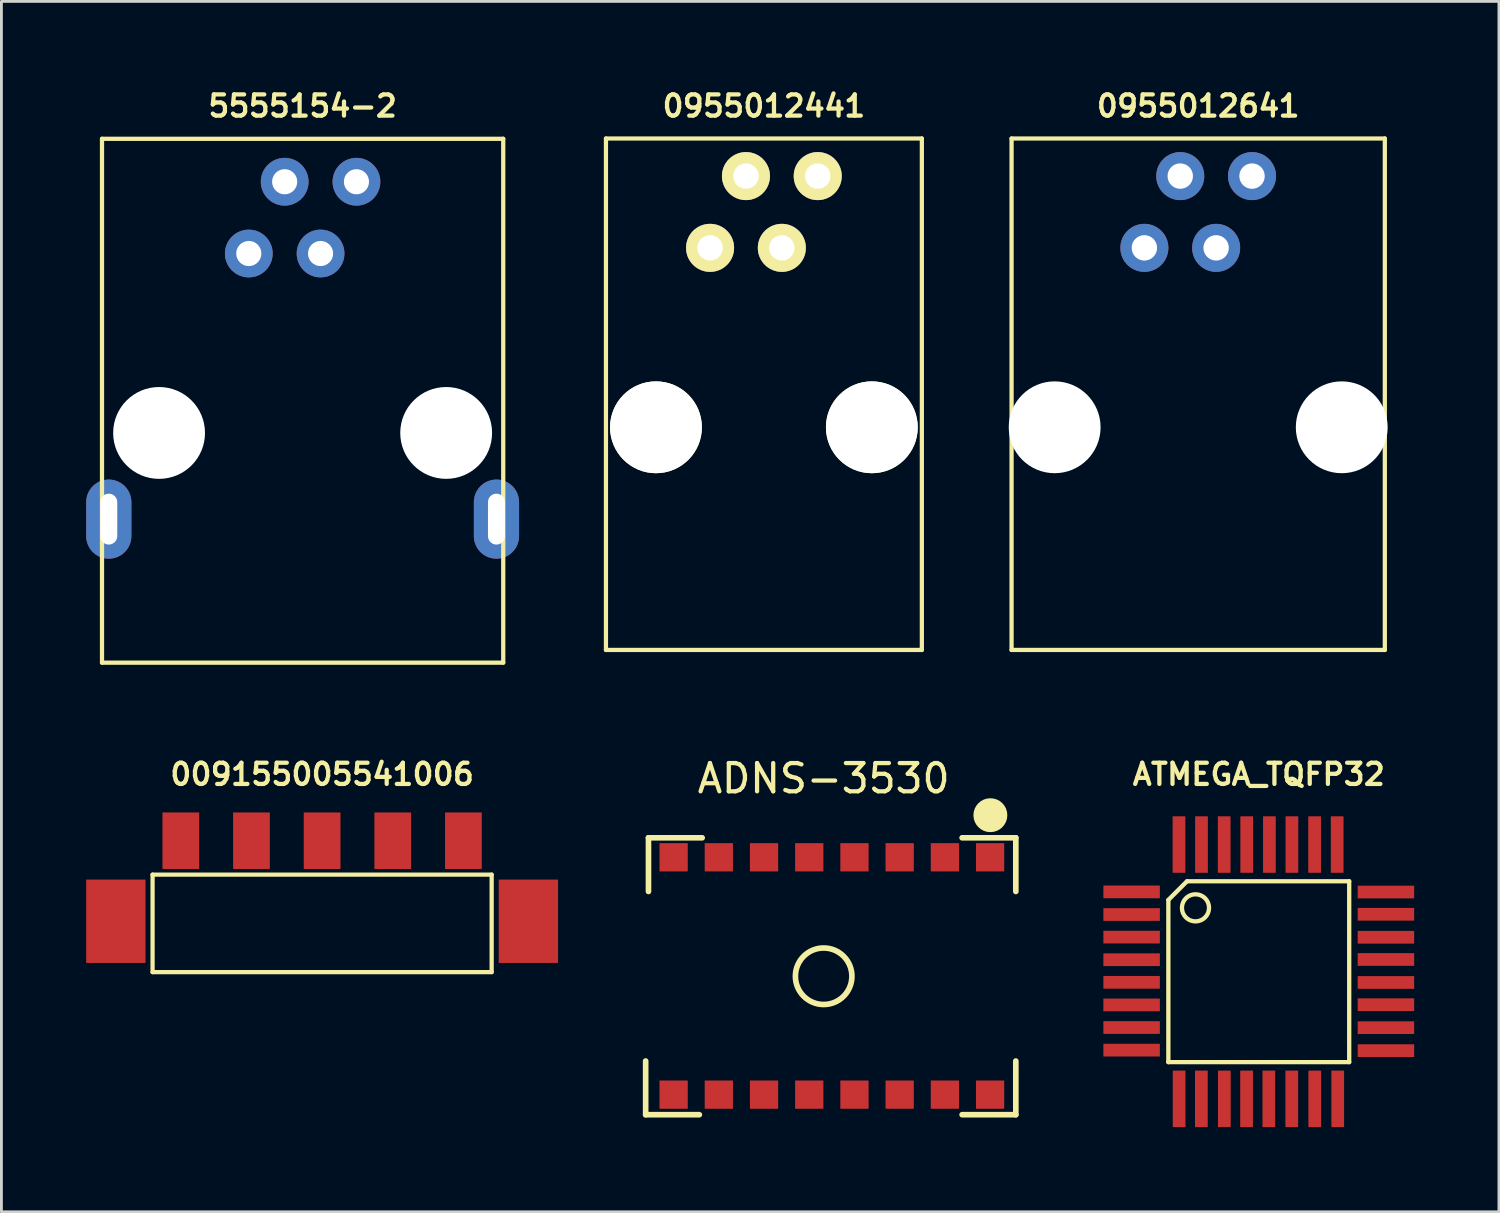
<source format=kicad_pcb>
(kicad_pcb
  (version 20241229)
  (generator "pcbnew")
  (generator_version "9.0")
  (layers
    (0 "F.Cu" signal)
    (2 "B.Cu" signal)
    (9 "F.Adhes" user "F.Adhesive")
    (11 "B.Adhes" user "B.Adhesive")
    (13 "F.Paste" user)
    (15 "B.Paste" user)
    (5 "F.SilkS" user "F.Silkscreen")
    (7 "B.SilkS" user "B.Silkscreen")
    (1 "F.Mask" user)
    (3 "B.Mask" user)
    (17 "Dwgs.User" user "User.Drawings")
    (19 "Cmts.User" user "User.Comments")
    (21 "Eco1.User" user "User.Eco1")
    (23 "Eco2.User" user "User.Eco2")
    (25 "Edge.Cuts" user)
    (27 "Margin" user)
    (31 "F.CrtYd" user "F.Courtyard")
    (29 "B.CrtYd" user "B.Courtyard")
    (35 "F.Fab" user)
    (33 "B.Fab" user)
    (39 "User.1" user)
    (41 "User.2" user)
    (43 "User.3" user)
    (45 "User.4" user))
  (footprint "ADNS-3530"
    (layer "F.Cu")
    (at 26.1 31.5)
    (property "Reference" "ADNS-3530" (at 0 -7 0) (layer "F.SilkS") (effects (font (size 1 1) (thickness 0.15))))
    (attr through_hole)
    (fp_line (start -6.3 4.9) (end -6.3 3) (stroke (width 0.2) (type solid)) (layer "F.SilkS"))
    (fp_line (start -6.3 4.9) (end -4.4 4.9) (stroke (width 0.2) (type solid)) (layer "F.SilkS"))
    (fp_line (start -6.2 -4.9) (end -6.2 -3) (stroke (width 0.2) (type solid)) (layer "F.SilkS"))
    (fp_line (start -6.2 -4.9) (end -4.3 -4.9) (stroke (width 0.2) (type solid)) (layer "F.SilkS"))
    (fp_line (start 6.8 -4.9) (end 4.9 -4.9) (stroke (width 0.2) (type solid)) (layer "F.SilkS"))
    (fp_line (start 6.8 -4.9) (end 6.8 -3) (stroke (width 0.2) (type solid)) (layer "F.SilkS"))
    (fp_line (start 6.8 4.9) (end 4.9 4.9) (stroke (width 0.2) (type solid)) (layer "F.SilkS"))
    (fp_line (start 6.8 4.9) (end 6.8 3) (stroke (width 0.2) (type solid)) (layer "F.SilkS"))
    (fp_circle (center 0 0) (end 1 0) (stroke (width 0.2) (type solid)) (fill no) (layer "F.SilkS"))
    (fp_circle (center 5.9 -5.7) (end 6.2 -5.7) (stroke (width 0.6) (type solid)) (fill no) (layer "F.SilkS"))
    (pad "1" smd rect (at 5.89 -4.21) (size 1 1) (layers "F.Cu" "F.Mask" "F.Paste"))
    (pad "2" smd rect (at 4.29 -4.21) (size 1 1) (layers "F.Cu" "F.Mask" "F.Paste"))
    (pad "3" smd rect (at 2.69 -4.21) (size 1 1) (layers "F.Cu" "F.Mask" "F.Paste"))
    (pad "4" smd rect (at 1.09 -4.21) (size 1 1) (layers "F.Cu" "F.Mask" "F.Paste"))
    (pad "5" smd rect (at -0.51 -4.21) (size 1 1) (layers "F.Cu" "F.Mask" "F.Paste"))
    (pad "6" smd rect (at -2.11 -4.21) (size 1 1) (layers "F.Cu" "F.Mask" "F.Paste"))
    (pad "7" smd rect (at -3.71 -4.21) (size 1 1) (layers "F.Cu" "F.Mask" "F.Paste"))
    (pad "8" smd rect (at -5.31 -4.21) (size 1 1) (layers "F.Cu" "F.Mask" "F.Paste"))
    (pad "9" smd rect (at -5.31 4.19) (size 1 1) (layers "F.Cu" "F.Mask" "F.Paste"))
    (pad "10" smd rect (at -3.71 4.19) (size 1 1) (layers "F.Cu" "F.Mask" "F.Paste"))
    (pad "11" smd rect (at -2.11 4.19) (size 1 1) (layers "F.Cu" "F.Mask" "F.Paste"))
    (pad "12" smd rect (at -0.51 4.19) (size 1 1) (layers "F.Cu" "F.Mask" "F.Paste"))
    (pad "13" smd rect (at 1.09 4.19) (size 1 1) (layers "F.Cu" "F.Mask" "F.Paste"))
    (pad "14" smd rect (at 2.69 4.19) (size 1 1) (layers "F.Cu" "F.Mask" "F.Paste"))
    (pad "15" smd rect (at 4.29 4.19) (size 1 1) (layers "F.Cu" "F.Mask" "F.Paste"))
    (pad "16" smd rect (at 5.89 4.19) (size 1 1) (layers "F.Cu" "F.Mask" "F.Paste")))
  (footprint "0955012441"
    (layer "F.Cu")
    (at 23.985 19.952)
    (property "Reference" "0955012441" (at 0 -19.25 0) (layer "F.SilkS") (effects (font (size 0.75 0.75) (thickness 0.15))))
    (attr through_hole)
    (fp_line (start -5.59 -18.1) (end -5.59 0) (stroke (width 0.15) (type solid)) (layer "F.SilkS"))
    (fp_line (start -5.59 0) (end 5.59 0) (stroke (width 0.15) (type solid)) (layer "F.SilkS"))
    (fp_line (start 5.59 -18.1) (end -5.59 -18.1) (stroke (width 0.15) (type solid)) (layer "F.SilkS"))
    (fp_line (start 5.59 0) (end 5.59 -18.1) (stroke (width 0.15) (type solid)) (layer "F.SilkS"))
    (pad "" np_thru_hole circle (at -3.82 -7.88) (size 3.25 3.25) (drill 3.25) (layers "*.Cu" "*.Mask" "F.SilkS"))
    (pad "" np_thru_hole circle (at 3.82 -7.88) (size 3.25 3.25) (drill 3.25) (layers "*.Cu" "*.Mask" "F.SilkS"))
    (pad "1" thru_hole circle (at 1.905 -16.77) (size 1.7 1.7) (drill 0.9) (layers "*.Cu" "*.Mask" "F.SilkS"))
    (pad "2" thru_hole circle (at 0.635 -14.23) (size 1.7 1.7) (drill 0.9) (layers "*.Cu" "*.Mask" "F.SilkS"))
    (pad "3" thru_hole circle (at -0.635 -16.77) (size 1.7 1.7) (drill 0.9) (layers "*.Cu" "*.Mask" "F.SilkS"))
    (pad "4" thru_hole circle (at -1.905 -14.23) (size 1.7 1.7) (drill 0.9) (layers "*.Cu" "*.Mask" "F.SilkS")))
  (footprint "5555154-2"
    (layer "F.Cu")
    (at 7.66 20.402)
    (property "Reference" "5555154-2" (at 0 -19.7 0) (layer "F.SilkS") (effects (font (size 0.75 0.75) (thickness 0.15))))
    (attr through_hole)
    (fp_line (start -7.1 -18.54) (end -7.1 0) (stroke (width 0.15) (type solid)) (layer "F.SilkS"))
    (fp_line (start -7.1 0) (end 7.1 0) (stroke (width 0.15) (type solid)) (layer "F.SilkS"))
    (fp_line (start 7.1 -18.54) (end -7.1 -18.54) (stroke (width 0.15) (type solid)) (layer "F.SilkS"))
    (fp_line (start 7.1 0) (end 7.1 -18.54) (stroke (width 0.15) (type solid)) (layer "F.SilkS"))
    (pad "" np_thru_hole circle (at -5.08 -8.13) (size 3.25 3.25) (drill 3.25) (layers "*.Cu" "*.Mask"))
    (pad "" np_thru_hole circle (at 5.08 -8.13) (size 3.25 3.25) (drill 3.25) (layers "*.Cu" "*.Mask"))
    (pad "1" thru_hole circle (at 1.905 -17.02) (size 1.69 1.69) (drill 0.89) (layers "*.Cu" "*.Mask"))
    (pad "2" thru_hole circle (at 0.635 -14.48) (size 1.69 1.69) (drill 0.89) (layers "*.Cu" "*.Mask"))
    (pad "3" thru_hole circle (at -0.635 -17.02) (size 1.69 1.69) (drill 0.89) (layers "*.Cu" "*.Mask"))
    (pad "4" thru_hole circle (at -1.905 -14.48) (size 1.69 1.69) (drill 0.89) (layers "*.Cu" "*.Mask"))
    (pad "5" thru_hole oval (at -6.86 -5.08) (size 1.6 2.8) (drill oval 0.6 1.8) (layers "*.Cu" "*.Mask"))
    (pad "5" thru_hole oval (at 6.86 -5.08) (size 1.6 2.8) (drill oval 0.6 1.8) (layers "*.Cu" "*.Mask")))
  (footprint "0955012641"
    (layer "F.Cu")
    (at 39.355 19.952)
    (property "Reference" "0955012641" (at 0 -19.25 0) (layer "F.SilkS") (effects (font (size 0.75 0.75) (thickness 0.15))))
    (attr through_hole)
    (fp_line (start -6.605 -18.1) (end -6.605 0) (stroke (width 0.15) (type solid)) (layer "F.SilkS"))
    (fp_line (start -6.605 0) (end 6.605 0) (stroke (width 0.15) (type solid)) (layer "F.SilkS"))
    (fp_line (start 6.605 -18.1) (end -6.605 -18.1) (stroke (width 0.15) (type solid)) (layer "F.SilkS"))
    (fp_line (start 6.605 0) (end 6.605 -18.1) (stroke (width 0.15) (type solid)) (layer "F.SilkS"))
    (pad "" np_thru_hole circle (at -5.08 -7.88) (size 3.25 3.25) (drill 3.25) (layers "*.Cu" "*.Mask"))
    (pad "" np_thru_hole circle (at 5.08 -7.88) (size 3.25 3.25) (drill 3.25) (layers "*.Cu" "*.Mask"))
    (pad "1" thru_hole circle (at 1.905 -16.77) (size 1.7 1.7) (drill 0.9) (layers "*.Cu" "*.Mask"))
    (pad "2" thru_hole circle (at 0.635 -14.23) (size 1.7 1.7) (drill 0.9) (layers "*.Cu" "*.Mask"))
    (pad "3" thru_hole circle (at -0.635 -16.77) (size 1.7 1.7) (drill 0.9) (layers "*.Cu" "*.Mask"))
    (pad "4" thru_hole circle (at -1.905 -14.23) (size 1.7 1.7) (drill 0.9) (layers "*.Cu" "*.Mask")))
  (footprint "009155005541006"
    (layer "F.Cu")
    (at 8.35 31.354)
    (property "Reference" "009155005541006" (at 0 -7 0) (layer "F.SilkS") (effects (font (size 0.75 0.75) (thickness 0.15))))
    (attr smd)
    (fp_line (start -6 -3.45) (end -6 0) (stroke (width 0.15) (type solid)) (layer "F.SilkS"))
    (fp_line (start -6 0) (end 6 0) (stroke (width 0.15) (type solid)) (layer "F.SilkS"))
    (fp_line (start 6 -3.45) (end -6 -3.45) (stroke (width 0.15) (type solid)) (layer "F.SilkS"))
    (fp_line (start 6 0) (end 6 -3.45) (stroke (width 0.15) (type solid)) (layer "F.SilkS"))
    (pad "" smd rect (at -7.3 -1.8) (size 2.1 2.95) (layers "F.Cu" "F.Mask" "F.Paste"))
    (pad "" smd rect (at 7.3 -1.8) (size 2.1 2.95) (layers "F.Cu" "F.Mask" "F.Paste"))
    (pad "1" smd rect (at 5 -4.65) (size 1.3 2) (layers "F.Cu" "F.Mask" "F.Paste"))
    (pad "2" smd rect (at 2.5 -4.65) (size 1.3 2) (layers "F.Cu" "F.Mask" "F.Paste"))
    (pad "3" smd rect (at 0 -4.65) (size 1.3 2) (layers "F.Cu" "F.Mask" "F.Paste"))
    (pad "4" smd rect (at -2.5 -4.65) (size 1.3 2) (layers "F.Cu" "F.Mask" "F.Paste"))
    (pad "5" smd rect (at -5 -4.65) (size 1.3 2) (layers "F.Cu" "F.Mask" "F.Paste")))
  (footprint "ATMEGA_TQFP32"
    (layer "F.Cu")
    (at 41.499 31.339)
    (property "Reference" "ATMEGA_TQFP32" (at 0 -6.985 0) (layer "F.SilkS") (effects (font (size 0.75 0.75) (thickness 0.15))))
    (attr smd)
    (fp_line (start -3.2 -2.54) (end -3.2 3.2) (stroke (width 0.152) (type solid)) (layer "F.SilkS"))
    (fp_line (start -3.2 -2.54) (end -2.54 -3.2) (stroke (width 0.152) (type solid)) (layer "F.SilkS"))
    (fp_line (start -3.2 3.2) (end 3.2 3.2) (stroke (width 0.152) (type solid)) (layer "F.SilkS"))
    (fp_line (start -2.54 -3.2) (end 3.2 -3.2) (stroke (width 0.152) (type solid)) (layer "F.SilkS"))
    (fp_line (start 3.2 3.2) (end 3.2 -3.2) (stroke (width 0.152) (type solid)) (layer "F.SilkS"))
    (fp_circle (center -2.24 -2.26) (end -1.833 -2.006) (stroke (width 0.152) (type solid)) (fill no) (layer "F.SilkS"))
    (pad "1" smd rect (at -4.5 -2.824) (size 1.999 0.45) (layers "F.Cu" "F.Mask" "F.Paste"))
    (pad "2" smd rect (at -4.5 -2.024) (size 1.999 0.45) (layers "F.Cu" "F.Mask" "F.Paste"))
    (pad "3" smd rect (at -4.5 -1.224) (size 1.999 0.45) (layers "F.Cu" "F.Mask" "F.Paste"))
    (pad "4" smd rect (at -4.5 -0.424) (size 1.999 0.45) (layers "F.Cu" "F.Mask" "F.Paste"))
    (pad "5" smd rect (at -4.5 0.376) (size 1.999 0.45) (layers "F.Cu" "F.Mask" "F.Paste"))
    (pad "6" smd rect (at -4.5 1.176) (size 1.999 0.45) (layers "F.Cu" "F.Mask" "F.Paste"))
    (pad "7" smd rect (at -4.5 1.976) (size 1.999 0.45) (layers "F.Cu" "F.Mask" "F.Paste"))
    (pad "8" smd rect (at -4.5 2.776) (size 1.999 0.45) (layers "F.Cu" "F.Mask" "F.Paste"))
    (pad "9" smd rect (at -2.819 4.5) (size 0.45 1.999) (layers "F.Cu" "F.Mask" "F.Paste"))
    (pad "10" smd rect (at -2.032 4.5) (size 0.45 1.999) (layers "F.Cu" "F.Mask" "F.Paste"))
    (pad "11" smd rect (at -1.219 4.5) (size 0.45 1.999) (layers "F.Cu" "F.Mask" "F.Paste"))
    (pad "12" smd rect (at -0.432 4.5) (size 0.45 1.999) (layers "F.Cu" "F.Mask" "F.Paste"))
    (pad "13" smd rect (at 0.356 4.5) (size 0.45 1.999) (layers "F.Cu" "F.Mask" "F.Paste"))
    (pad "14" smd rect (at 1.168 4.5) (size 0.45 1.999) (layers "F.Cu" "F.Mask" "F.Paste"))
    (pad "15" smd rect (at 1.981 4.5) (size 0.45 1.999) (layers "F.Cu" "F.Mask" "F.Paste"))
    (pad "16" smd rect (at 2.794 4.5) (size 0.45 1.999) (layers "F.Cu" "F.Mask" "F.Paste"))
    (pad "17" smd rect (at 4.5 2.794) (size 1.999 0.45) (layers "F.Cu" "F.Mask" "F.Paste"))
    (pad "18" smd rect (at 4.5 1.981) (size 1.999 0.45) (layers "F.Cu" "F.Mask" "F.Paste"))
    (pad "19" smd rect (at 4.5 1.168) (size 1.999 0.45) (layers "F.Cu" "F.Mask" "F.Paste"))
    (pad "20" smd rect (at 4.5 0.381) (size 1.999 0.45) (layers "F.Cu" "F.Mask" "F.Paste"))
    (pad "21" smd rect (at 4.5 -0.432) (size 1.999 0.45) (layers "F.Cu" "F.Mask" "F.Paste"))
    (pad "22" smd rect (at 4.5 -1.219) (size 1.999 0.45) (layers "F.Cu" "F.Mask" "F.Paste"))
    (pad "23" smd rect (at 4.5 -2.032) (size 1.999 0.45) (layers "F.Cu" "F.Mask" "F.Paste"))
    (pad "24" smd rect (at 4.5 -2.819) (size 1.999 0.45) (layers "F.Cu" "F.Mask" "F.Paste"))
    (pad "25" smd rect (at 2.774 -4.5) (size 0.45 1.999) (layers "F.Cu" "F.Mask" "F.Paste"))
    (pad "26" smd rect (at 1.976 -4.5) (size 0.45 1.999) (layers "F.Cu" "F.Mask" "F.Paste"))
    (pad "27" smd rect (at 1.173 -4.5) (size 0.45 1.999) (layers "F.Cu" "F.Mask" "F.Paste"))
    (pad "28" smd rect (at 0.376 -4.5) (size 0.45 1.999) (layers "F.Cu" "F.Mask" "F.Paste"))
    (pad "29" smd rect (at -0.427 -4.5) (size 0.45 1.999) (layers "F.Cu" "F.Mask" "F.Paste"))
    (pad "30" smd rect (at -1.224 -4.5) (size 0.45 1.999) (layers "F.Cu" "F.Mask" "F.Paste"))
    (pad "31" smd rect (at -2.027 -4.5) (size 0.45 1.999) (layers "F.Cu" "F.Mask" "F.Paste"))
    (pad "32" smd rect (at -2.824 -4.5) (size 0.45 1.999) (layers "F.Cu" "F.Mask" "F.Paste")))
  (gr_rect
    (start -3 -3)
    (end 49.999 39.838)
    (stroke (width 0.1) (type default))
    (fill no)
    (layer "Edge.Cuts")))
</source>
